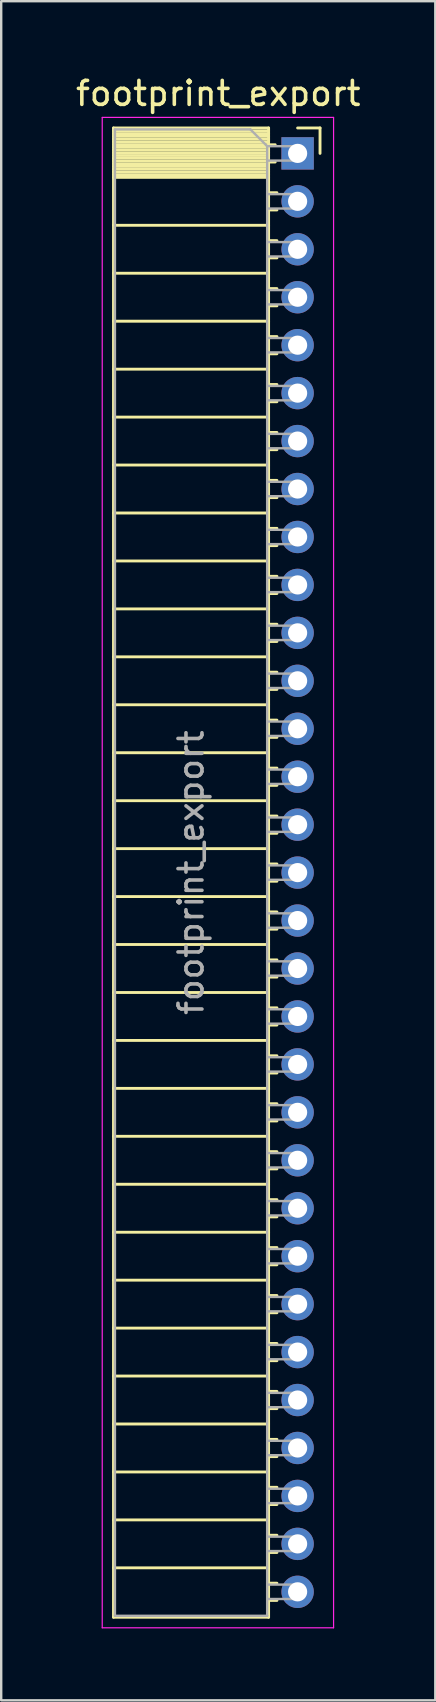
<source format=kicad_pcb>
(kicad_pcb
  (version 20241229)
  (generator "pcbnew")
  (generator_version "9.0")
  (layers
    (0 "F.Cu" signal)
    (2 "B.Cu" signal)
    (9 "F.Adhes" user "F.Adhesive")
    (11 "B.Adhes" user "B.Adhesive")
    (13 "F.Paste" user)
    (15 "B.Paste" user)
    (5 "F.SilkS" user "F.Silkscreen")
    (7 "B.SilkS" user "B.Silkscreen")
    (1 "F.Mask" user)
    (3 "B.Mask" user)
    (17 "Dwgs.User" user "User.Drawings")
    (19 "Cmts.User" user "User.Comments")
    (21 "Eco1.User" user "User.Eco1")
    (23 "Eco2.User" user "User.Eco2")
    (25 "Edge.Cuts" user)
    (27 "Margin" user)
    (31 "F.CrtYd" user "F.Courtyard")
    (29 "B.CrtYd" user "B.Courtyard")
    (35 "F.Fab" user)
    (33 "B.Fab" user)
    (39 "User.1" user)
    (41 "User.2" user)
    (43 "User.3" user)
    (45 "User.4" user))
  (footprint "footprint_export"
    (layer "F.Cu")
    (at 9.364 3.348)
    (property "Reference" "footprint_export" (at -3.31 -2.5 0) (layer "F.SilkS") (effects (font (size 1 1) (thickness 0.15))))
    (attr through_hole)
    (fp_line (start -7.68 -1.06) (end -7.68 61.06) (stroke (width 0.12) (type solid)) (layer "F.SilkS"))
    (fp_line (start -7.68 -1.06) (end -1.21 -1.06) (stroke (width 0.12) (type solid)) (layer "F.SilkS"))
    (fp_line (start -7.68 -0.94) (end -1.21 -0.94) (stroke (width 0.12) (type solid)) (layer "F.SilkS"))
    (fp_line (start -7.68 -0.826) (end -1.21 -0.826) (stroke (width 0.12) (type solid)) (layer "F.SilkS"))
    (fp_line (start -7.68 -0.712) (end -1.21 -0.712) (stroke (width 0.12) (type solid)) (layer "F.SilkS"))
    (fp_line (start -7.68 -0.598) (end -1.21 -0.598) (stroke (width 0.12) (type solid)) (layer "F.SilkS"))
    (fp_line (start -7.68 -0.484) (end -1.21 -0.484) (stroke (width 0.12) (type solid)) (layer "F.SilkS"))
    (fp_line (start -7.68 -0.369) (end -1.21 -0.369) (stroke (width 0.12) (type solid)) (layer "F.SilkS"))
    (fp_line (start -7.68 -0.255) (end -1.21 -0.255) (stroke (width 0.12) (type solid)) (layer "F.SilkS"))
    (fp_line (start -7.68 -0.141) (end -1.21 -0.141) (stroke (width 0.12) (type solid)) (layer "F.SilkS"))
    (fp_line (start -7.68 -0.027) (end -1.21 -0.027) (stroke (width 0.12) (type solid)) (layer "F.SilkS"))
    (fp_line (start -7.68 0.087) (end -1.21 0.087) (stroke (width 0.12) (type solid)) (layer "F.SilkS"))
    (fp_line (start -7.68 0.201) (end -1.21 0.201) (stroke (width 0.12) (type solid)) (layer "F.SilkS"))
    (fp_line (start -7.68 0.315) (end -1.21 0.315) (stroke (width 0.12) (type solid)) (layer "F.SilkS"))
    (fp_line (start -7.68 0.429) (end -1.21 0.429) (stroke (width 0.12) (type solid)) (layer "F.SilkS"))
    (fp_line (start -7.68 0.544) (end -1.21 0.544) (stroke (width 0.12) (type solid)) (layer "F.SilkS"))
    (fp_line (start -7.68 0.658) (end -1.21 0.658) (stroke (width 0.12) (type solid)) (layer "F.SilkS"))
    (fp_line (start -7.68 0.772) (end -1.21 0.772) (stroke (width 0.12) (type solid)) (layer "F.SilkS"))
    (fp_line (start -7.68 0.886) (end -1.21 0.886) (stroke (width 0.12) (type solid)) (layer "F.SilkS"))
    (fp_line (start -7.68 1) (end -1.21 1) (stroke (width 0.12) (type solid)) (layer "F.SilkS"))
    (fp_line (start -7.68 3) (end -1.21 3) (stroke (width 0.12) (type solid)) (layer "F.SilkS"))
    (fp_line (start -7.68 5) (end -1.21 5) (stroke (width 0.12) (type solid)) (layer "F.SilkS"))
    (fp_line (start -7.68 7) (end -1.21 7) (stroke (width 0.12) (type solid)) (layer "F.SilkS"))
    (fp_line (start -7.68 9) (end -1.21 9) (stroke (width 0.12) (type solid)) (layer "F.SilkS"))
    (fp_line (start -7.68 11) (end -1.21 11) (stroke (width 0.12) (type solid)) (layer "F.SilkS"))
    (fp_line (start -7.68 13) (end -1.21 13) (stroke (width 0.12) (type solid)) (layer "F.SilkS"))
    (fp_line (start -7.68 15) (end -1.21 15) (stroke (width 0.12) (type solid)) (layer "F.SilkS"))
    (fp_line (start -7.68 17) (end -1.21 17) (stroke (width 0.12) (type solid)) (layer "F.SilkS"))
    (fp_line (start -7.68 19) (end -1.21 19) (stroke (width 0.12) (type solid)) (layer "F.SilkS"))
    (fp_line (start -7.68 21) (end -1.21 21) (stroke (width 0.12) (type solid)) (layer "F.SilkS"))
    (fp_line (start -7.68 23) (end -1.21 23) (stroke (width 0.12) (type solid)) (layer "F.SilkS"))
    (fp_line (start -7.68 25) (end -1.21 25) (stroke (width 0.12) (type solid)) (layer "F.SilkS"))
    (fp_line (start -7.68 27) (end -1.21 27) (stroke (width 0.12) (type solid)) (layer "F.SilkS"))
    (fp_line (start -7.68 29) (end -1.21 29) (stroke (width 0.12) (type solid)) (layer "F.SilkS"))
    (fp_line (start -7.68 31) (end -1.21 31) (stroke (width 0.12) (type solid)) (layer "F.SilkS"))
    (fp_line (start -7.68 33) (end -1.21 33) (stroke (width 0.12) (type solid)) (layer "F.SilkS"))
    (fp_line (start -7.68 35) (end -1.21 35) (stroke (width 0.12) (type solid)) (layer "F.SilkS"))
    (fp_line (start -7.68 37) (end -1.21 37) (stroke (width 0.12) (type solid)) (layer "F.SilkS"))
    (fp_line (start -7.68 39) (end -1.21 39) (stroke (width 0.12) (type solid)) (layer "F.SilkS"))
    (fp_line (start -7.68 41) (end -1.21 41) (stroke (width 0.12) (type solid)) (layer "F.SilkS"))
    (fp_line (start -7.68 43) (end -1.21 43) (stroke (width 0.12) (type solid)) (layer "F.SilkS"))
    (fp_line (start -7.68 45) (end -1.21 45) (stroke (width 0.12) (type solid)) (layer "F.SilkS"))
    (fp_line (start -7.68 47) (end -1.21 47) (stroke (width 0.12) (type solid)) (layer "F.SilkS"))
    (fp_line (start -7.68 49) (end -1.21 49) (stroke (width 0.12) (type solid)) (layer "F.SilkS"))
    (fp_line (start -7.68 51) (end -1.21 51) (stroke (width 0.12) (type solid)) (layer "F.SilkS"))
    (fp_line (start -7.68 53) (end -1.21 53) (stroke (width 0.12) (type solid)) (layer "F.SilkS"))
    (fp_line (start -7.68 55) (end -1.21 55) (stroke (width 0.12) (type solid)) (layer "F.SilkS"))
    (fp_line (start -7.68 57) (end -1.21 57) (stroke (width 0.12) (type solid)) (layer "F.SilkS"))
    (fp_line (start -7.68 59) (end -1.21 59) (stroke (width 0.12) (type solid)) (layer "F.SilkS"))
    (fp_line (start -7.68 61.06) (end -1.21 61.06) (stroke (width 0.12) (type solid)) (layer "F.SilkS"))
    (fp_line (start -1.21 -1.06) (end -1.21 61.06) (stroke (width 0.12) (type solid)) (layer "F.SilkS"))
    (fp_line (start -1.21 -0.36) (end -0.935 -0.36) (stroke (width 0.12) (type solid)) (layer "F.SilkS"))
    (fp_line (start -1.21 0.36) (end -0.935 0.36) (stroke (width 0.12) (type solid)) (layer "F.SilkS"))
    (fp_line (start -1.21 1.64) (end -0.863 1.64) (stroke (width 0.12) (type solid)) (layer "F.SilkS"))
    (fp_line (start -1.21 2.36) (end -0.863 2.36) (stroke (width 0.12) (type solid)) (layer "F.SilkS"))
    (fp_line (start -1.21 3.64) (end -0.863 3.64) (stroke (width 0.12) (type solid)) (layer "F.SilkS"))
    (fp_line (start -1.21 4.36) (end -0.863 4.36) (stroke (width 0.12) (type solid)) (layer "F.SilkS"))
    (fp_line (start -1.21 5.64) (end -0.863 5.64) (stroke (width 0.12) (type solid)) (layer "F.SilkS"))
    (fp_line (start -1.21 6.36) (end -0.863 6.36) (stroke (width 0.12) (type solid)) (layer "F.SilkS"))
    (fp_line (start -1.21 7.64) (end -0.863 7.64) (stroke (width 0.12) (type solid)) (layer "F.SilkS"))
    (fp_line (start -1.21 8.36) (end -0.863 8.36) (stroke (width 0.12) (type solid)) (layer "F.SilkS"))
    (fp_line (start -1.21 9.64) (end -0.863 9.64) (stroke (width 0.12) (type solid)) (layer "F.SilkS"))
    (fp_line (start -1.21 10.36) (end -0.863 10.36) (stroke (width 0.12) (type solid)) (layer "F.SilkS"))
    (fp_line (start -1.21 11.64) (end -0.863 11.64) (stroke (width 0.12) (type solid)) (layer "F.SilkS"))
    (fp_line (start -1.21 12.36) (end -0.863 12.36) (stroke (width 0.12) (type solid)) (layer "F.SilkS"))
    (fp_line (start -1.21 13.64) (end -0.863 13.64) (stroke (width 0.12) (type solid)) (layer "F.SilkS"))
    (fp_line (start -1.21 14.36) (end -0.863 14.36) (stroke (width 0.12) (type solid)) (layer "F.SilkS"))
    (fp_line (start -1.21 15.64) (end -0.863 15.64) (stroke (width 0.12) (type solid)) (layer "F.SilkS"))
    (fp_line (start -1.21 16.36) (end -0.863 16.36) (stroke (width 0.12) (type solid)) (layer "F.SilkS"))
    (fp_line (start -1.21 17.64) (end -0.863 17.64) (stroke (width 0.12) (type solid)) (layer "F.SilkS"))
    (fp_line (start -1.21 18.36) (end -0.863 18.36) (stroke (width 0.12) (type solid)) (layer "F.SilkS"))
    (fp_line (start -1.21 19.64) (end -0.863 19.64) (stroke (width 0.12) (type solid)) (layer "F.SilkS"))
    (fp_line (start -1.21 20.36) (end -0.863 20.36) (stroke (width 0.12) (type solid)) (layer "F.SilkS"))
    (fp_line (start -1.21 21.64) (end -0.863 21.64) (stroke (width 0.12) (type solid)) (layer "F.SilkS"))
    (fp_line (start -1.21 22.36) (end -0.863 22.36) (stroke (width 0.12) (type solid)) (layer "F.SilkS"))
    (fp_line (start -1.21 23.64) (end -0.863 23.64) (stroke (width 0.12) (type solid)) (layer "F.SilkS"))
    (fp_line (start -1.21 24.36) (end -0.863 24.36) (stroke (width 0.12) (type solid)) (layer "F.SilkS"))
    (fp_line (start -1.21 25.64) (end -0.863 25.64) (stroke (width 0.12) (type solid)) (layer "F.SilkS"))
    (fp_line (start -1.21 26.36) (end -0.863 26.36) (stroke (width 0.12) (type solid)) (layer "F.SilkS"))
    (fp_line (start -1.21 27.64) (end -0.863 27.64) (stroke (width 0.12) (type solid)) (layer "F.SilkS"))
    (fp_line (start -1.21 28.36) (end -0.863 28.36) (stroke (width 0.12) (type solid)) (layer "F.SilkS"))
    (fp_line (start -1.21 29.64) (end -0.863 29.64) (stroke (width 0.12) (type solid)) (layer "F.SilkS"))
    (fp_line (start -1.21 30.36) (end -0.863 30.36) (stroke (width 0.12) (type solid)) (layer "F.SilkS"))
    (fp_line (start -1.21 31.64) (end -0.863 31.64) (stroke (width 0.12) (type solid)) (layer "F.SilkS"))
    (fp_line (start -1.21 32.36) (end -0.863 32.36) (stroke (width 0.12) (type solid)) (layer "F.SilkS"))
    (fp_line (start -1.21 33.64) (end -0.863 33.64) (stroke (width 0.12) (type solid)) (layer "F.SilkS"))
    (fp_line (start -1.21 34.36) (end -0.863 34.36) (stroke (width 0.12) (type solid)) (layer "F.SilkS"))
    (fp_line (start -1.21 35.64) (end -0.863 35.64) (stroke (width 0.12) (type solid)) (layer "F.SilkS"))
    (fp_line (start -1.21 36.36) (end -0.863 36.36) (stroke (width 0.12) (type solid)) (layer "F.SilkS"))
    (fp_line (start -1.21 37.64) (end -0.863 37.64) (stroke (width 0.12) (type solid)) (layer "F.SilkS"))
    (fp_line (start -1.21 38.36) (end -0.863 38.36) (stroke (width 0.12) (type solid)) (layer "F.SilkS"))
    (fp_line (start -1.21 39.64) (end -0.863 39.64) (stroke (width 0.12) (type solid)) (layer "F.SilkS"))
    (fp_line (start -1.21 40.36) (end -0.863 40.36) (stroke (width 0.12) (type solid)) (layer "F.SilkS"))
    (fp_line (start -1.21 41.64) (end -0.863 41.64) (stroke (width 0.12) (type solid)) (layer "F.SilkS"))
    (fp_line (start -1.21 42.36) (end -0.863 42.36) (stroke (width 0.12) (type solid)) (layer "F.SilkS"))
    (fp_line (start -1.21 43.64) (end -0.863 43.64) (stroke (width 0.12) (type solid)) (layer "F.SilkS"))
    (fp_line (start -1.21 44.36) (end -0.863 44.36) (stroke (width 0.12) (type solid)) (layer "F.SilkS"))
    (fp_line (start -1.21 45.64) (end -0.863 45.64) (stroke (width 0.12) (type solid)) (layer "F.SilkS"))
    (fp_line (start -1.21 46.36) (end -0.863 46.36) (stroke (width 0.12) (type solid)) (layer "F.SilkS"))
    (fp_line (start -1.21 47.64) (end -0.863 47.64) (stroke (width 0.12) (type solid)) (layer "F.SilkS"))
    (fp_line (start -1.21 48.36) (end -0.863 48.36) (stroke (width 0.12) (type solid)) (layer "F.SilkS"))
    (fp_line (start -1.21 49.64) (end -0.863 49.64) (stroke (width 0.12) (type solid)) (layer "F.SilkS"))
    (fp_line (start -1.21 50.36) (end -0.863 50.36) (stroke (width 0.12) (type solid)) (layer "F.SilkS"))
    (fp_line (start -1.21 51.64) (end -0.863 51.64) (stroke (width 0.12) (type solid)) (layer "F.SilkS"))
    (fp_line (start -1.21 52.36) (end -0.863 52.36) (stroke (width 0.12) (type solid)) (layer "F.SilkS"))
    (fp_line (start -1.21 53.64) (end -0.863 53.64) (stroke (width 0.12) (type solid)) (layer "F.SilkS"))
    (fp_line (start -1.21 54.36) (end -0.863 54.36) (stroke (width 0.12) (type solid)) (layer "F.SilkS"))
    (fp_line (start -1.21 55.64) (end -0.863 55.64) (stroke (width 0.12) (type solid)) (layer "F.SilkS"))
    (fp_line (start -1.21 56.36) (end -0.863 56.36) (stroke (width 0.12) (type solid)) (layer "F.SilkS"))
    (fp_line (start -1.21 57.64) (end -0.863 57.64) (stroke (width 0.12) (type solid)) (layer "F.SilkS"))
    (fp_line (start -1.21 58.36) (end -0.863 58.36) (stroke (width 0.12) (type solid)) (layer "F.SilkS"))
    (fp_line (start -1.21 59.64) (end -0.863 59.64) (stroke (width 0.12) (type solid)) (layer "F.SilkS"))
    (fp_line (start -1.21 60.36) (end -0.863 60.36) (stroke (width 0.12) (type solid)) (layer "F.SilkS"))
    (fp_line (start 0 -1.06) (end 0.935 -1.06) (stroke (width 0.12) (type solid)) (layer "F.SilkS"))
    (fp_line (start 0.935 -1.06) (end 0.935 0) (stroke (width 0.12) (type solid)) (layer "F.SilkS"))
    (fp_line (start -8.15 -1.5) (end -8.15 61.5) (stroke (width 0.05) (type solid)) (layer "F.CrtYd"))
    (fp_line (start -8.15 61.5) (end 1.5 61.5) (stroke (width 0.05) (type solid)) (layer "F.CrtYd"))
    (fp_line (start 1.5 -1.5) (end -8.15 -1.5) (stroke (width 0.05) (type solid)) (layer "F.CrtYd"))
    (fp_line (start 1.5 61.5) (end 1.5 -1.5) (stroke (width 0.05) (type solid)) (layer "F.CrtYd"))
    (fp_line (start -7.62 -1) (end -1.97 -1) (stroke (width 0.1) (type solid)) (layer "F.Fab"))
    (fp_line (start -7.62 61) (end -7.62 -1) (stroke (width 0.1) (type solid)) (layer "F.Fab"))
    (fp_line (start -1.97 -1) (end -1.27 -0.3) (stroke (width 0.1) (type solid)) (layer "F.Fab"))
    (fp_line (start -1.27 -0.3) (end -1.27 61) (stroke (width 0.1) (type solid)) (layer "F.Fab"))
    (fp_line (start -1.27 0.3) (end 0 0.3) (stroke (width 0.1) (type solid)) (layer "F.Fab"))
    (fp_line (start -1.27 2.3) (end 0 2.3) (stroke (width 0.1) (type solid)) (layer "F.Fab"))
    (fp_line (start -1.27 4.3) (end 0 4.3) (stroke (width 0.1) (type solid)) (layer "F.Fab"))
    (fp_line (start -1.27 6.3) (end 0 6.3) (stroke (width 0.1) (type solid)) (layer "F.Fab"))
    (fp_line (start -1.27 8.3) (end 0 8.3) (stroke (width 0.1) (type solid)) (layer "F.Fab"))
    (fp_line (start -1.27 10.3) (end 0 10.3) (stroke (width 0.1) (type solid)) (layer "F.Fab"))
    (fp_line (start -1.27 12.3) (end 0 12.3) (stroke (width 0.1) (type solid)) (layer "F.Fab"))
    (fp_line (start -1.27 14.3) (end 0 14.3) (stroke (width 0.1) (type solid)) (layer "F.Fab"))
    (fp_line (start -1.27 16.3) (end 0 16.3) (stroke (width 0.1) (type solid)) (layer "F.Fab"))
    (fp_line (start -1.27 18.3) (end 0 18.3) (stroke (width 0.1) (type solid)) (layer "F.Fab"))
    (fp_line (start -1.27 20.3) (end 0 20.3) (stroke (width 0.1) (type solid)) (layer "F.Fab"))
    (fp_line (start -1.27 22.3) (end 0 22.3) (stroke (width 0.1) (type solid)) (layer "F.Fab"))
    (fp_line (start -1.27 24.3) (end 0 24.3) (stroke (width 0.1) (type solid)) (layer "F.Fab"))
    (fp_line (start -1.27 26.3) (end 0 26.3) (stroke (width 0.1) (type solid)) (layer "F.Fab"))
    (fp_line (start -1.27 28.3) (end 0 28.3) (stroke (width 0.1) (type solid)) (layer "F.Fab"))
    (fp_line (start -1.27 30.3) (end 0 30.3) (stroke (width 0.1) (type solid)) (layer "F.Fab"))
    (fp_line (start -1.27 32.3) (end 0 32.3) (stroke (width 0.1) (type solid)) (layer "F.Fab"))
    (fp_line (start -1.27 34.3) (end 0 34.3) (stroke (width 0.1) (type solid)) (layer "F.Fab"))
    (fp_line (start -1.27 36.3) (end 0 36.3) (stroke (width 0.1) (type solid)) (layer "F.Fab"))
    (fp_line (start -1.27 38.3) (end 0 38.3) (stroke (width 0.1) (type solid)) (layer "F.Fab"))
    (fp_line (start -1.27 40.3) (end 0 40.3) (stroke (width 0.1) (type solid)) (layer "F.Fab"))
    (fp_line (start -1.27 42.3) (end 0 42.3) (stroke (width 0.1) (type solid)) (layer "F.Fab"))
    (fp_line (start -1.27 44.3) (end 0 44.3) (stroke (width 0.1) (type solid)) (layer "F.Fab"))
    (fp_line (start -1.27 46.3) (end 0 46.3) (stroke (width 0.1) (type solid)) (layer "F.Fab"))
    (fp_line (start -1.27 48.3) (end 0 48.3) (stroke (width 0.1) (type solid)) (layer "F.Fab"))
    (fp_line (start -1.27 50.3) (end 0 50.3) (stroke (width 0.1) (type solid)) (layer "F.Fab"))
    (fp_line (start -1.27 52.3) (end 0 52.3) (stroke (width 0.1) (type solid)) (layer "F.Fab"))
    (fp_line (start -1.27 54.3) (end 0 54.3) (stroke (width 0.1) (type solid)) (layer "F.Fab"))
    (fp_line (start -1.27 56.3) (end 0 56.3) (stroke (width 0.1) (type solid)) (layer "F.Fab"))
    (fp_line (start -1.27 58.3) (end 0 58.3) (stroke (width 0.1) (type solid)) (layer "F.Fab"))
    (fp_line (start -1.27 60.3) (end 0 60.3) (stroke (width 0.1) (type solid)) (layer "F.Fab"))
    (fp_line (start -1.27 61) (end -7.62 61) (stroke (width 0.1) (type solid)) (layer "F.Fab"))
    (fp_line (start 0 -0.3) (end -1.27 -0.3) (stroke (width 0.1) (type solid)) (layer "F.Fab"))
    (fp_line (start 0 0.3) (end 0 -0.3) (stroke (width 0.1) (type solid)) (layer "F.Fab"))
    (fp_line (start 0 1.7) (end -1.27 1.7) (stroke (width 0.1) (type solid)) (layer "F.Fab"))
    (fp_line (start 0 2.3) (end 0 1.7) (stroke (width 0.1) (type solid)) (layer "F.Fab"))
    (fp_line (start 0 3.7) (end -1.27 3.7) (stroke (width 0.1) (type solid)) (layer "F.Fab"))
    (fp_line (start 0 4.3) (end 0 3.7) (stroke (width 0.1) (type solid)) (layer "F.Fab"))
    (fp_line (start 0 5.7) (end -1.27 5.7) (stroke (width 0.1) (type solid)) (layer "F.Fab"))
    (fp_line (start 0 6.3) (end 0 5.7) (stroke (width 0.1) (type solid)) (layer "F.Fab"))
    (fp_line (start 0 7.7) (end -1.27 7.7) (stroke (width 0.1) (type solid)) (layer "F.Fab"))
    (fp_line (start 0 8.3) (end 0 7.7) (stroke (width 0.1) (type solid)) (layer "F.Fab"))
    (fp_line (start 0 9.7) (end -1.27 9.7) (stroke (width 0.1) (type solid)) (layer "F.Fab"))
    (fp_line (start 0 10.3) (end 0 9.7) (stroke (width 0.1) (type solid)) (layer "F.Fab"))
    (fp_line (start 0 11.7) (end -1.27 11.7) (stroke (width 0.1) (type solid)) (layer "F.Fab"))
    (fp_line (start 0 12.3) (end 0 11.7) (stroke (width 0.1) (type solid)) (layer "F.Fab"))
    (fp_line (start 0 13.7) (end -1.27 13.7) (stroke (width 0.1) (type solid)) (layer "F.Fab"))
    (fp_line (start 0 14.3) (end 0 13.7) (stroke (width 0.1) (type solid)) (layer "F.Fab"))
    (fp_line (start 0 15.7) (end -1.27 15.7) (stroke (width 0.1) (type solid)) (layer "F.Fab"))
    (fp_line (start 0 16.3) (end 0 15.7) (stroke (width 0.1) (type solid)) (layer "F.Fab"))
    (fp_line (start 0 17.7) (end -1.27 17.7) (stroke (width 0.1) (type solid)) (layer "F.Fab"))
    (fp_line (start 0 18.3) (end 0 17.7) (stroke (width 0.1) (type solid)) (layer "F.Fab"))
    (fp_line (start 0 19.7) (end -1.27 19.7) (stroke (width 0.1) (type solid)) (layer "F.Fab"))
    (fp_line (start 0 20.3) (end 0 19.7) (stroke (width 0.1) (type solid)) (layer "F.Fab"))
    (fp_line (start 0 21.7) (end -1.27 21.7) (stroke (width 0.1) (type solid)) (layer "F.Fab"))
    (fp_line (start 0 22.3) (end 0 21.7) (stroke (width 0.1) (type solid)) (layer "F.Fab"))
    (fp_line (start 0 23.7) (end -1.27 23.7) (stroke (width 0.1) (type solid)) (layer "F.Fab"))
    (fp_line (start 0 24.3) (end 0 23.7) (stroke (width 0.1) (type solid)) (layer "F.Fab"))
    (fp_line (start 0 25.7) (end -1.27 25.7) (stroke (width 0.1) (type solid)) (layer "F.Fab"))
    (fp_line (start 0 26.3) (end 0 25.7) (stroke (width 0.1) (type solid)) (layer "F.Fab"))
    (fp_line (start 0 27.7) (end -1.27 27.7) (stroke (width 0.1) (type solid)) (layer "F.Fab"))
    (fp_line (start 0 28.3) (end 0 27.7) (stroke (width 0.1) (type solid)) (layer "F.Fab"))
    (fp_line (start 0 29.7) (end -1.27 29.7) (stroke (width 0.1) (type solid)) (layer "F.Fab"))
    (fp_line (start 0 30.3) (end 0 29.7) (stroke (width 0.1) (type solid)) (layer "F.Fab"))
    (fp_line (start 0 31.7) (end -1.27 31.7) (stroke (width 0.1) (type solid)) (layer "F.Fab"))
    (fp_line (start 0 32.3) (end 0 31.7) (stroke (width 0.1) (type solid)) (layer "F.Fab"))
    (fp_line (start 0 33.7) (end -1.27 33.7) (stroke (width 0.1) (type solid)) (layer "F.Fab"))
    (fp_line (start 0 34.3) (end 0 33.7) (stroke (width 0.1) (type solid)) (layer "F.Fab"))
    (fp_line (start 0 35.7) (end -1.27 35.7) (stroke (width 0.1) (type solid)) (layer "F.Fab"))
    (fp_line (start 0 36.3) (end 0 35.7) (stroke (width 0.1) (type solid)) (layer "F.Fab"))
    (fp_line (start 0 37.7) (end -1.27 37.7) (stroke (width 0.1) (type solid)) (layer "F.Fab"))
    (fp_line (start 0 38.3) (end 0 37.7) (stroke (width 0.1) (type solid)) (layer "F.Fab"))
    (fp_line (start 0 39.7) (end -1.27 39.7) (stroke (width 0.1) (type solid)) (layer "F.Fab"))
    (fp_line (start 0 40.3) (end 0 39.7) (stroke (width 0.1) (type solid)) (layer "F.Fab"))
    (fp_line (start 0 41.7) (end -1.27 41.7) (stroke (width 0.1) (type solid)) (layer "F.Fab"))
    (fp_line (start 0 42.3) (end 0 41.7) (stroke (width 0.1) (type solid)) (layer "F.Fab"))
    (fp_line (start 0 43.7) (end -1.27 43.7) (stroke (width 0.1) (type solid)) (layer "F.Fab"))
    (fp_line (start 0 44.3) (end 0 43.7) (stroke (width 0.1) (type solid)) (layer "F.Fab"))
    (fp_line (start 0 45.7) (end -1.27 45.7) (stroke (width 0.1) (type solid)) (layer "F.Fab"))
    (fp_line (start 0 46.3) (end 0 45.7) (stroke (width 0.1) (type solid)) (layer "F.Fab"))
    (fp_line (start 0 47.7) (end -1.27 47.7) (stroke (width 0.1) (type solid)) (layer "F.Fab"))
    (fp_line (start 0 48.3) (end 0 47.7) (stroke (width 0.1) (type solid)) (layer "F.Fab"))
    (fp_line (start 0 49.7) (end -1.27 49.7) (stroke (width 0.1) (type solid)) (layer "F.Fab"))
    (fp_line (start 0 50.3) (end 0 49.7) (stroke (width 0.1) (type solid)) (layer "F.Fab"))
    (fp_line (start 0 51.7) (end -1.27 51.7) (stroke (width 0.1) (type solid)) (layer "F.Fab"))
    (fp_line (start 0 52.3) (end 0 51.7) (stroke (width 0.1) (type solid)) (layer "F.Fab"))
    (fp_line (start 0 53.7) (end -1.27 53.7) (stroke (width 0.1) (type solid)) (layer "F.Fab"))
    (fp_line (start 0 54.3) (end 0 53.7) (stroke (width 0.1) (type solid)) (layer "F.Fab"))
    (fp_line (start 0 55.7) (end -1.27 55.7) (stroke (width 0.1) (type solid)) (layer "F.Fab"))
    (fp_line (start 0 56.3) (end 0 55.7) (stroke (width 0.1) (type solid)) (layer "F.Fab"))
    (fp_line (start 0 57.7) (end -1.27 57.7) (stroke (width 0.1) (type solid)) (layer "F.Fab"))
    (fp_line (start 0 58.3) (end 0 57.7) (stroke (width 0.1) (type solid)) (layer "F.Fab"))
    (fp_line (start 0 59.7) (end -1.27 59.7) (stroke (width 0.1) (type solid)) (layer "F.Fab"))
    (fp_line (start 0 60.3) (end 0 59.7) (stroke (width 0.1) (type solid)) (layer "F.Fab"))
    (fp_text user "${REFERENCE}" (at -4.445 30 90) (layer "F.Fab") (effects (font (size 1 1) (thickness 0.15))))
    (pad "1" thru_hole rect (at 0 0) (size 1.35 1.35) (drill 0.8) (layers "*.Cu" "*.Mask"))
    (pad "2" thru_hole oval (at 0 2) (size 1.35 1.35) (drill 0.8) (layers "*.Cu" "*.Mask"))
    (pad "3" thru_hole oval (at 0 4) (size 1.35 1.35) (drill 0.8) (layers "*.Cu" "*.Mask"))
    (pad "4" thru_hole oval (at 0 6) (size 1.35 1.35) (drill 0.8) (layers "*.Cu" "*.Mask"))
    (pad "5" thru_hole oval (at 0 8) (size 1.35 1.35) (drill 0.8) (layers "*.Cu" "*.Mask"))
    (pad "6" thru_hole oval (at 0 10) (size 1.35 1.35) (drill 0.8) (layers "*.Cu" "*.Mask"))
    (pad "7" thru_hole oval (at 0 12) (size 1.35 1.35) (drill 0.8) (layers "*.Cu" "*.Mask"))
    (pad "8" thru_hole oval (at 0 14) (size 1.35 1.35) (drill 0.8) (layers "*.Cu" "*.Mask"))
    (pad "9" thru_hole oval (at 0 16) (size 1.35 1.35) (drill 0.8) (layers "*.Cu" "*.Mask"))
    (pad "10" thru_hole oval (at 0 18) (size 1.35 1.35) (drill 0.8) (layers "*.Cu" "*.Mask"))
    (pad "11" thru_hole oval (at 0 20) (size 1.35 1.35) (drill 0.8) (layers "*.Cu" "*.Mask"))
    (pad "12" thru_hole oval (at 0 22) (size 1.35 1.35) (drill 0.8) (layers "*.Cu" "*.Mask"))
    (pad "13" thru_hole oval (at 0 24) (size 1.35 1.35) (drill 0.8) (layers "*.Cu" "*.Mask"))
    (pad "14" thru_hole oval (at 0 26) (size 1.35 1.35) (drill 0.8) (layers "*.Cu" "*.Mask"))
    (pad "15" thru_hole oval (at 0 28) (size 1.35 1.35) (drill 0.8) (layers "*.Cu" "*.Mask"))
    (pad "16" thru_hole oval (at 0 30) (size 1.35 1.35) (drill 0.8) (layers "*.Cu" "*.Mask"))
    (pad "17" thru_hole oval (at 0 32) (size 1.35 1.35) (drill 0.8) (layers "*.Cu" "*.Mask"))
    (pad "18" thru_hole oval (at 0 34) (size 1.35 1.35) (drill 0.8) (layers "*.Cu" "*.Mask"))
    (pad "19" thru_hole oval (at 0 36) (size 1.35 1.35) (drill 0.8) (layers "*.Cu" "*.Mask"))
    (pad "20" thru_hole oval (at 0 38) (size 1.35 1.35) (drill 0.8) (layers "*.Cu" "*.Mask"))
    (pad "21" thru_hole oval (at 0 40) (size 1.35 1.35) (drill 0.8) (layers "*.Cu" "*.Mask"))
    (pad "22" thru_hole oval (at 0 42) (size 1.35 1.35) (drill 0.8) (layers "*.Cu" "*.Mask"))
    (pad "23" thru_hole oval (at 0 44) (size 1.35 1.35) (drill 0.8) (layers "*.Cu" "*.Mask"))
    (pad "24" thru_hole oval (at 0 46) (size 1.35 1.35) (drill 0.8) (layers "*.Cu" "*.Mask"))
    (pad "25" thru_hole oval (at 0 48) (size 1.35 1.35) (drill 0.8) (layers "*.Cu" "*.Mask"))
    (pad "26" thru_hole oval (at 0 50) (size 1.35 1.35) (drill 0.8) (layers "*.Cu" "*.Mask"))
    (pad "27" thru_hole oval (at 0 52) (size 1.35 1.35) (drill 0.8) (layers "*.Cu" "*.Mask"))
    (pad "28" thru_hole oval (at 0 54) (size 1.35 1.35) (drill 0.8) (layers "*.Cu" "*.Mask"))
    (pad "29" thru_hole oval (at 0 56) (size 1.35 1.35) (drill 0.8) (layers "*.Cu" "*.Mask"))
    (pad "30" thru_hole oval (at 0 58) (size 1.35 1.35) (drill 0.8) (layers "*.Cu" "*.Mask"))
    (pad "31" thru_hole oval (at 0 60) (size 1.35 1.35) (drill 0.8) (layers "*.Cu" "*.Mask")))
  (gr_rect
    (start -3 -3)
    (end 15.107 67.873)
    (stroke (width 0.1) (type default))
    (fill no)
    (layer "Edge.Cuts")))
</source>
